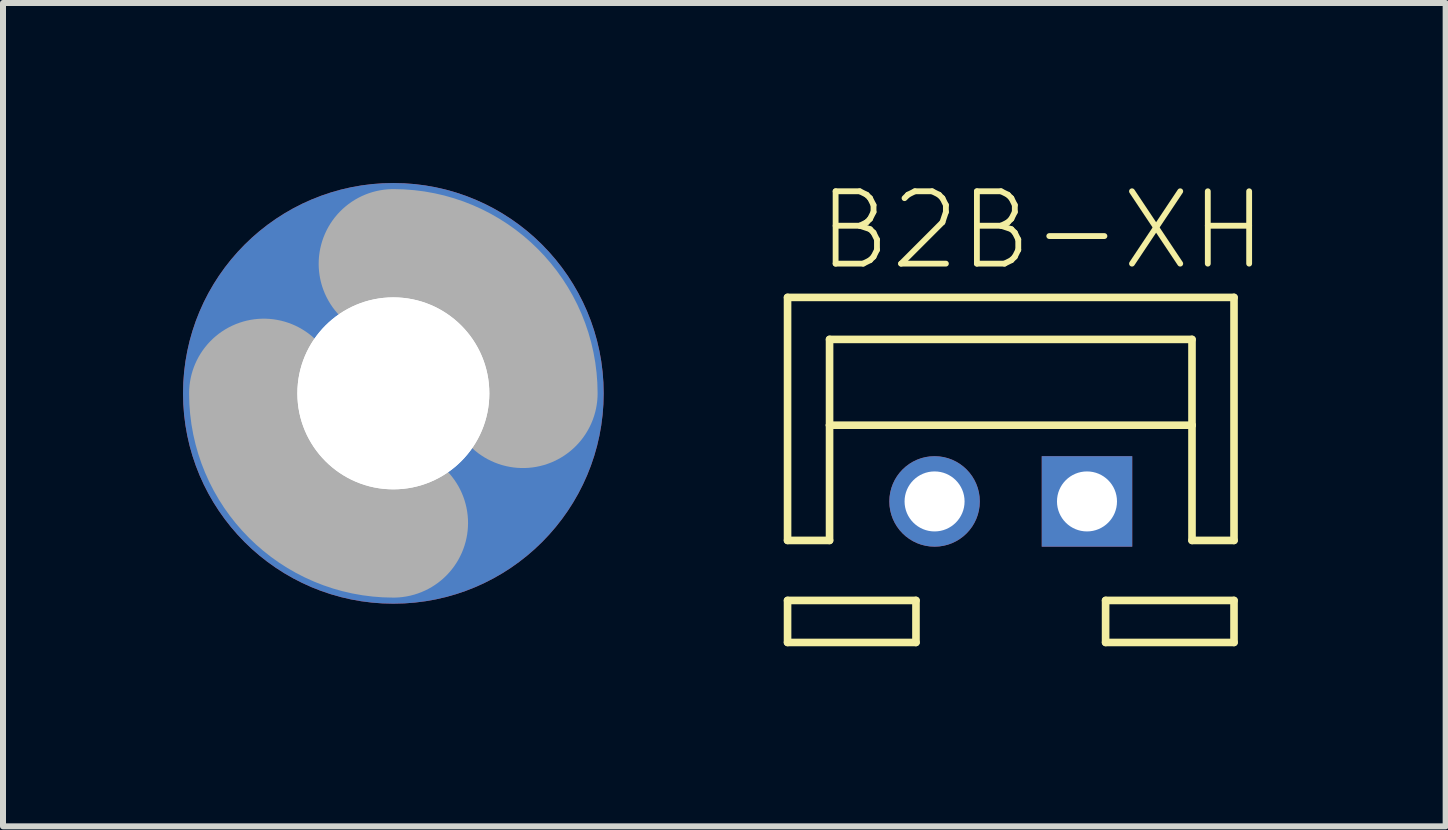
<source format=kicad_pcb>
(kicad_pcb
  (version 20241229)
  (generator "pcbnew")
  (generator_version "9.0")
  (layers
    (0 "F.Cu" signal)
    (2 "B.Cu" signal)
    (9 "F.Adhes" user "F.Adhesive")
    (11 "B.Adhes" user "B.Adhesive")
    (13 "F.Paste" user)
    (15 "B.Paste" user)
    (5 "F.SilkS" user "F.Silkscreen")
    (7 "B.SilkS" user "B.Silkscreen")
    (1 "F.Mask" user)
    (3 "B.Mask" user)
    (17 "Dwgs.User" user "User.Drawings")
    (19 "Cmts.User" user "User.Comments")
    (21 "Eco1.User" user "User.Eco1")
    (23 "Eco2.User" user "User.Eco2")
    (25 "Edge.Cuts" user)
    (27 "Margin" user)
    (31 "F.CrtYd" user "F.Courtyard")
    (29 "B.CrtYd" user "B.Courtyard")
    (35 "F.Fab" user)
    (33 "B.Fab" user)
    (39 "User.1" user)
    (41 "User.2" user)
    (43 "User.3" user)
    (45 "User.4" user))
  (footprint "B2B-XH"
    (layer "F.Cu")
    (at 13.794 5.306)
    (property "Reference" "B2B-XH" (at -3.27 -3.81 0) (layer "F.SilkS") (effects (font (size 1.206 1.206) (thickness 0.097)) (justify left bottom)))
    (attr through_hole)
    (fp_line (start -3.72 -3.4) (end 3.72 -3.4) (stroke (width 0.127) (type solid)) (layer "F.SilkS"))
    (fp_line (start -3.72 0.65) (end -3.72 -3.4) (stroke (width 0.127) (type solid)) (layer "F.SilkS"))
    (fp_line (start -3.72 0.65) (end -3.02 0.65) (stroke (width 0.127) (type solid)) (layer "F.SilkS"))
    (fp_line (start -3.72 2.35) (end -3.72 1.65) (stroke (width 0.127) (type solid)) (layer "F.SilkS"))
    (fp_line (start -3.02 -2.7) (end 3.02 -2.7) (stroke (width 0.127) (type solid)) (layer "F.SilkS"))
    (fp_line (start -3.02 -1.27) (end -3.02 -2.7) (stroke (width 0.127) (type solid)) (layer "F.SilkS"))
    (fp_line (start -3.02 -1.27) (end 3.02 -1.27) (stroke (width 0.127) (type solid)) (layer "F.SilkS"))
    (fp_line (start -3.02 0.65) (end -3.02 -1.27) (stroke (width 0.127) (type solid)) (layer "F.SilkS"))
    (fp_line (start -1.58 1.65) (end -3.72 1.65) (stroke (width 0.127) (type solid)) (layer "F.SilkS"))
    (fp_line (start -1.58 1.65) (end -1.58 2.35) (stroke (width 0.127) (type solid)) (layer "F.SilkS"))
    (fp_line (start -1.58 2.35) (end -3.72 2.35) (stroke (width 0.127) (type solid)) (layer "F.SilkS"))
    (fp_line (start 1.58 1.65) (end 1.58 2.35) (stroke (width 0.127) (type solid)) (layer "F.SilkS"))
    (fp_line (start 1.58 1.65) (end 3.72 1.65) (stroke (width 0.127) (type solid)) (layer "F.SilkS"))
    (fp_line (start 1.58 2.35) (end 3.72 2.35) (stroke (width 0.127) (type solid)) (layer "F.SilkS"))
    (fp_line (start 3.02 -2.7) (end 3.02 -1.27) (stroke (width 0.127) (type solid)) (layer "F.SilkS"))
    (fp_line (start 3.02 -1.27) (end 3.02 0.65) (stroke (width 0.127) (type solid)) (layer "F.SilkS"))
    (fp_line (start 3.02 0.65) (end 3.72 0.65) (stroke (width 0.127) (type solid)) (layer "F.SilkS"))
    (fp_line (start 3.72 -3.4) (end 3.72 0.65) (stroke (width 0.127) (type solid)) (layer "F.SilkS"))
    (fp_line (start 3.72 2.35) (end 3.72 1.65) (stroke (width 0.127) (type solid)) (layer "F.SilkS"))
    (pad "1" thru_hole rect (at 1.27 0) (size 1.508 1.508) (drill 1) (layers "*.Cu" "*.Mask"))
    (pad "2" thru_hole circle (at -1.27 0) (size 1.508 1.508) (drill 1) (layers "*.Cu" "*.Mask")))
  (footprint "3,2"
    (layer "F.Cu")
    (at 3.505 3.505)
    (property "Reference" "3,2" (at 0 0 0) (layer "F.SilkS") (effects (font (size 1.27 1.27) (thickness 0.15))))
    (attr through_hole)
    (fp_arc (start 0 -2.159) (mid 1.526644 -1.526644) (end 2.159 0) (stroke (width 2.4892) (type solid)) (layer "F.Fab"))
    (fp_arc (start 0 2.159) (mid -1.526644 1.526644) (end -2.159 0) (stroke (width 2.4892) (type solid)) (layer "F.Fab"))
    (fp_circle (center 0 0) (end 0.762 0) (stroke (width 0.457) (type solid)) (fill no) (layer "F.Fab"))
    (pad "" np_thru_hole circle (at 0 0) (size 3.2 3.2) (drill 3.2) (layers "*.Cu" "*.Mask"))
    (pad "P$1" thru_hole circle (at 0 0) (size 7.01 7.01) (drill 3.197) (layers "*.Cu" "*.Mask")))
  (gr_rect
    (start -3 -3)
    (end 21.041 10.72)
    (stroke (width 0.1) (type default))
    (fill no)
    (layer "Edge.Cuts")))
</source>
